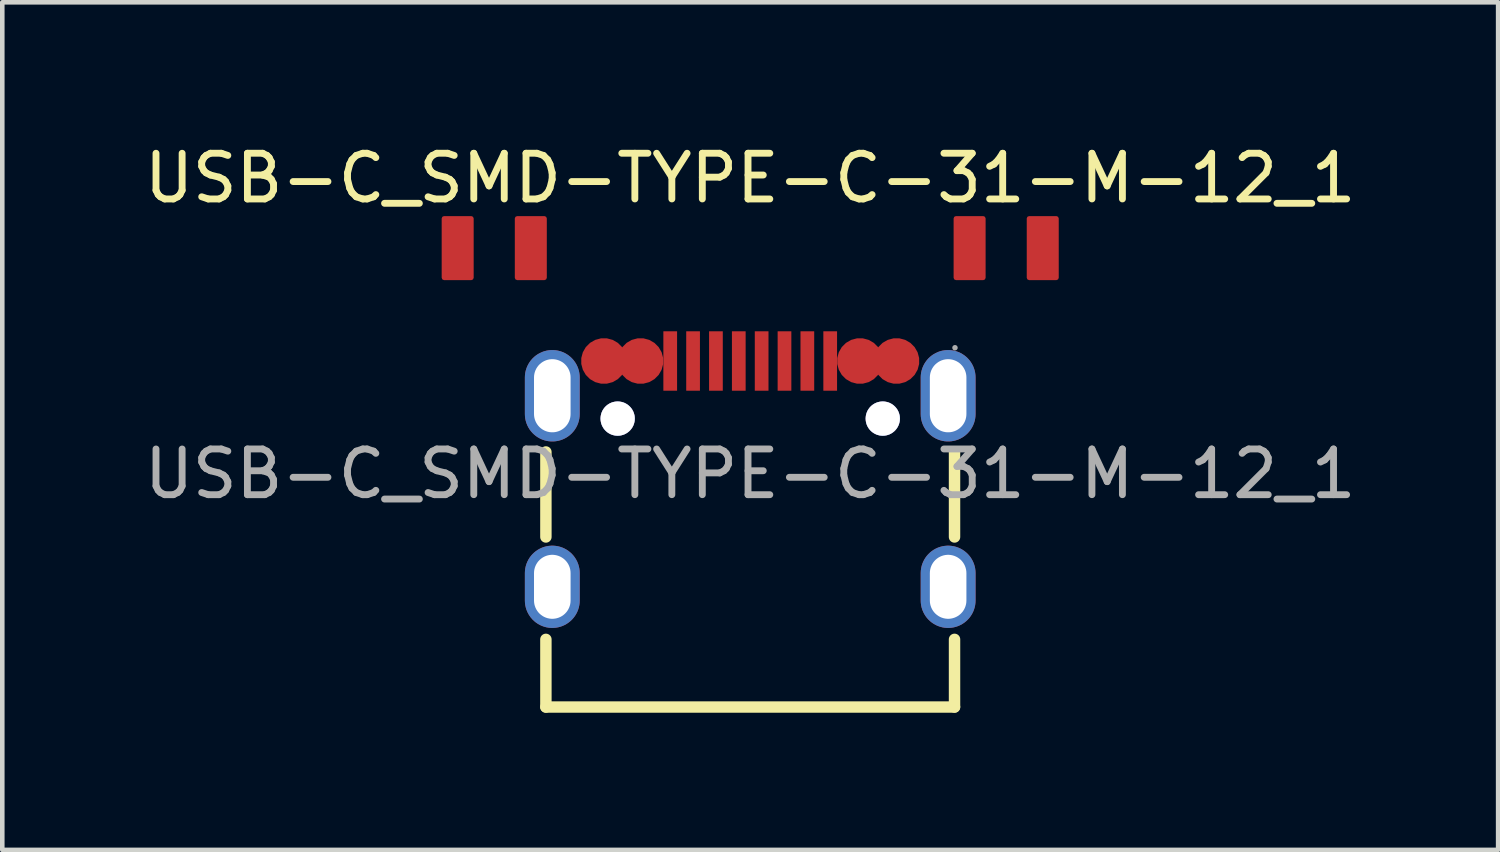
<source format=kicad_pcb>
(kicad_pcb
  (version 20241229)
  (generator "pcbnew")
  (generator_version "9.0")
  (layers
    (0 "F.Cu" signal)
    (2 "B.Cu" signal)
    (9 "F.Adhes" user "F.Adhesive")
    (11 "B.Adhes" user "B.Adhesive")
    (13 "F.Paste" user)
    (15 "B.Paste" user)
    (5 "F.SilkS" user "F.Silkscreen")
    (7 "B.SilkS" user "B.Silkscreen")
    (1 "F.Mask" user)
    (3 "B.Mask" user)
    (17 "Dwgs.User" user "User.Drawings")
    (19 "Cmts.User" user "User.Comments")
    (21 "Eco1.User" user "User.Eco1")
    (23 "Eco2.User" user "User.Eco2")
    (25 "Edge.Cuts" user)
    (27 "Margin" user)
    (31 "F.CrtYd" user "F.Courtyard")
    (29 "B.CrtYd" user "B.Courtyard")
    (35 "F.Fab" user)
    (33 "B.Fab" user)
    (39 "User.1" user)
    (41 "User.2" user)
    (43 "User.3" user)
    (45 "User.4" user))
  (footprint "USB-C_SMD-TYPE-C-31-M-12_1"
    (layer "F.Cu")
    (at 13.363 7.318)
    (property "Reference" "USB-C_SMD-TYPE-C-31-M-12_1" (at 0 -6.47 0) (layer "F.SilkS") (effects (font (size 1 1) (thickness 0.15))))
    (attr smd)
    (fp_line (start -4.47 1.38) (end -4.47 -0.48) (stroke (width 0.25) (type solid)) (layer "F.SilkS"))
    (fp_line (start -4.47 5.1) (end -4.47 3.62) (stroke (width 0.25) (type solid)) (layer "F.SilkS"))
    (fp_line (start 4.47 1.38) (end 4.47 -0.48) (stroke (width 0.25) (type solid)) (layer "F.SilkS"))
    (fp_line (start 4.47 5.1) (end -4.47 5.1) (stroke (width 0.25) (type solid)) (layer "F.SilkS"))
    (fp_line (start 4.47 5.1) (end 4.47 3.62) (stroke (width 0.25) (type solid)) (layer "F.SilkS"))
    (fp_circle (center -2.9 -1.21) (end -2.78 -1.21) (stroke (width 0.25) (type solid)) (fill no) (layer "Cmts.User"))
    (fp_circle (center 2.9 -1.21) (end 3.02 -1.21) (stroke (width 0.25) (type solid)) (fill no) (layer "Cmts.User"))
    (fp_circle (center 4.48 -2.76) (end 4.51 -2.76) (stroke (width 0.06) (type solid)) (fill no) (layer "F.Fab"))
    (fp_text user "${REFERENCE}" (at 0 0 0) (layer "F.Fab") (effects (font (size 1 1) (thickness 0.15))))
    (pad "" thru_hole circle (at -2.9 -1.21) (size 0.75 0.75) (drill 0.75) (layers "*.Cu" "*.Mask"))
    (pad "" thru_hole circle (at 2.9 -1.21) (size 0.75 0.75) (drill 0.75) (layers "*.Cu" "*.Mask"))
    (pad "1" thru_hole oval (at 4.33 -1.71) (size 1.2 2) (drill oval 0.8 1.6) (layers "*.Cu" "*.Mask"))
    (pad "2" thru_hole oval (at 4.33 2.47) (size 1.2 1.8) (drill oval 0.8 1.4) (layers "*.Cu" "*.Mask"))
    (pad "3" thru_hole oval (at -4.33 2.47) (size 1.2 1.8) (drill oval 0.8 1.4) (layers "*.Cu" "*.Mask"))
    (pad "4" thru_hole oval (at -4.33 -1.71) (size 1.2 2) (drill oval 0.8 1.6) (layers "*.Cu" "*.Mask"))
    (pad "A1B12" smd custom (at -3.2 -2.47) (size 1 1) (layers "F.Cu" "F.Mask" "F.Paste") (options (anchor circle)) (primitives (gr_poly (pts (xy -2.9 -1.82) (xy -2.9 -3.12) (xy -3.2 -3.12) (xy -3.5 -3.12) (xy -3.5 -1.82) (xy -3.2 -1.82) (xy -2.9 -1.82)) (width 0.1) (fill yes))))
    (pad "A4B9" smd custom (at -2.4 -2.47) (size 1 1) (layers "F.Cu" "F.Mask" "F.Paste") (options (anchor circle)) (primitives (gr_poly (pts (xy -2.1 -1.82) (xy -2.1 -3.12) (xy -2.4 -3.12) (xy -2.7 -3.12) (xy -2.7 -1.82) (xy -2.4 -1.82) (xy -2.1 -1.82)) (width 0.1) (fill yes))))
    (pad "A5" smd rect (at -1.25 -2.47) (size 0.3 1.3) (layers "F.Cu" "F.Mask" "F.Paste"))
    (pad "A6" smd rect (at -0.25 -2.47) (size 0.3 1.3) (layers "F.Cu" "F.Mask" "F.Paste"))
    (pad "A7" smd rect (at 0.25 -2.47) (size 0.3 1.3) (layers "F.Cu" "F.Mask" "F.Paste"))
    (pad "A8" smd rect (at 1.25 -2.47) (size 0.3 1.3) (layers "F.Cu" "F.Mask" "F.Paste"))
    (pad "B1A12" smd custom (at 3.2 -2.47) (size 1 1) (layers "F.Cu" "F.Mask" "F.Paste") (options (anchor circle)) (primitives (gr_poly (pts (xy 2.9 -3.12) (xy 2.9 -1.82) (xy 3.19 -1.82) (xy 3.2 -1.82) (xy 3.5 -1.82) (xy 3.5 -3.12) (xy 3.2 -3.12) (xy 3.19 -3.12) (xy 2.9 -3.12)) (width 0.1) (fill yes))))
    (pad "B4A9" smd custom (at 2.4 -2.47) (size 1 1) (layers "F.Cu" "F.Mask" "F.Paste") (options (anchor circle)) (primitives (gr_poly (pts (xy 2.7 -1.82) (xy 2.7 -3.12) (xy 2.4 -3.12) (xy 2.1 -3.12) (xy 2.1 -1.82) (xy 2.4 -1.82) (xy 2.7 -1.82)) (width 0.1) (fill yes))))
    (pad "B5" smd rect (at 1.75 -2.47) (size 0.3 1.3) (layers "F.Cu" "F.Mask" "F.Paste"))
    (pad "B6" smd rect (at 0.75 -2.47) (size 0.3 1.3) (layers "F.Cu" "F.Mask" "F.Paste"))
    (pad "B7" smd rect (at -0.75 -2.47) (size 0.3 1.3) (layers "F.Cu" "F.Mask" "F.Paste"))
    (pad "B8" smd rect (at -1.75 -2.47) (size 0.3 1.3) (layers "F.Cu" "F.Mask" "F.Paste")))
  (gr_rect
    (start -3 -3)
    (end 29.726 15.543)
    (stroke (width 0.1) (type default))
    (fill no)
    (layer "Edge.Cuts")))
</source>
